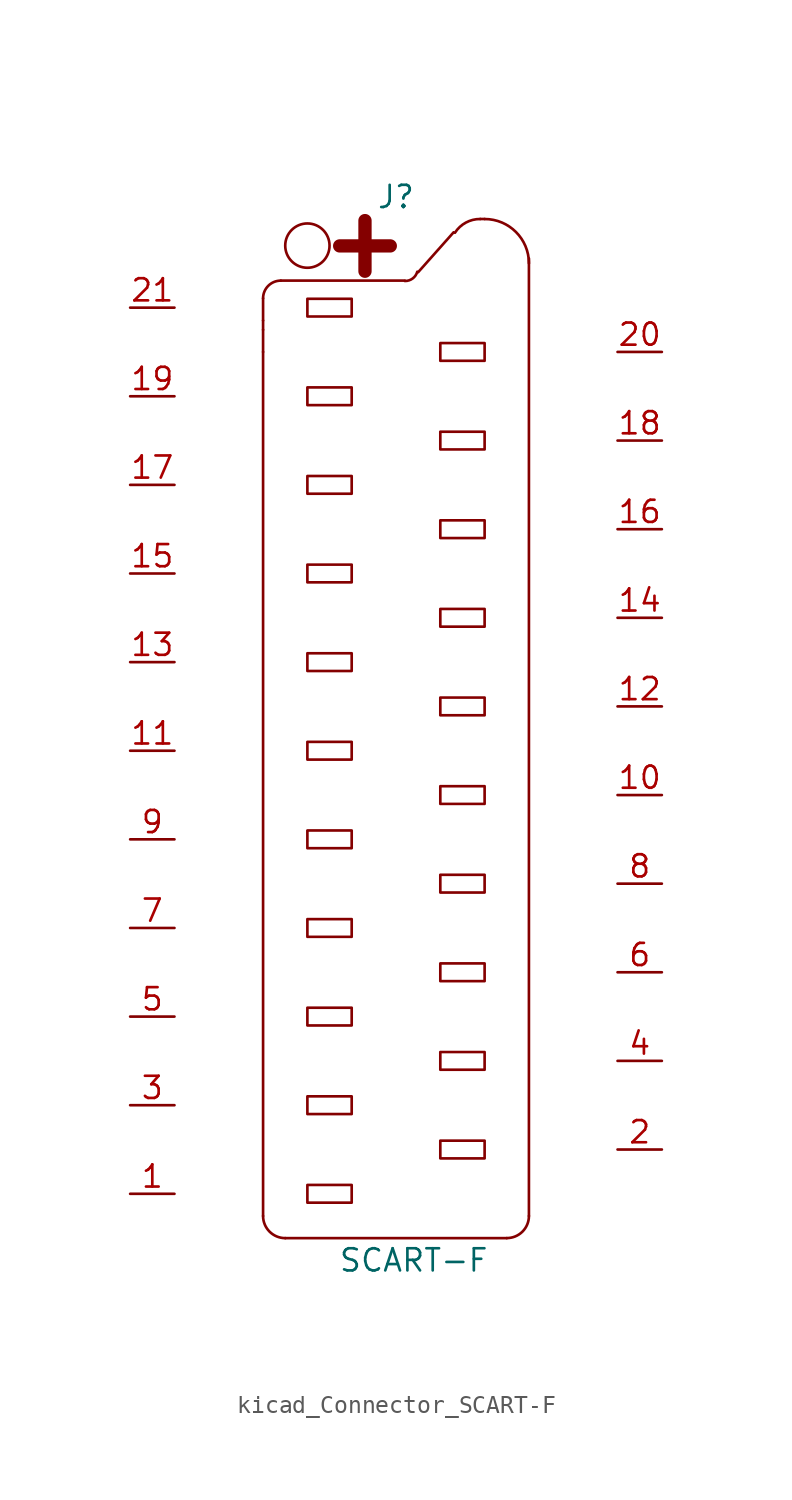
<source format=kicad_sym>
(kicad_symbol_lib
  (version 20220914)
  (generator kicad_symbol_editor)
  (symbol "kicad_Connector_SCART-F"
    (pin_names
      (offset 0.762) hide)
    (property "Reference" "J"
      (at 0 31.75 0)
      (effects (font (size 1.27 1.27))))
    (property "Value" "SCART-F"
      (at 1.016 -29.21 0)
      (effects (font (size 1.27 1.27))))
    (symbol "kicad_Connector_SCART-F_0_1"
      (arc (start -7.62 -26.67) (mid -7.248 -27.568) (end -6.35 -27.94) (stroke (width 0) (type default)) (fill (type none)))
      (arc (start -6.604 26.9494) (mid -7.3224 26.6518) (end -7.62 25.9334) (stroke (width 0) (type default)) (fill (type none)))
      (rectangle (start -5.08 -24.892) (end -2.54 -25.908) (stroke (width 0) (type default)) (fill (type none)))
      (rectangle (start -5.08 -19.812) (end -2.54 -20.828) (stroke (width 0) (type default)) (fill (type none)))
      (rectangle (start -5.08 -14.732) (end -2.54 -15.748) (stroke (width 0) (type default)) (fill (type none)))
      (rectangle (start -5.08 -9.652) (end -2.54 -10.668) (stroke (width 0) (type default)) (fill (type none)))
      (rectangle (start -5.08 -4.572) (end -2.54 -5.588) (stroke (width 0) (type default)) (fill (type none)))
      (rectangle (start -5.08 0.508) (end -2.54 -0.508) (stroke (width 0) (type default)) (fill (type none)))
      (rectangle (start -5.08 5.588) (end -2.54 4.572) (stroke (width 0) (type default)) (fill (type none)))
      (rectangle (start -5.08 10.668) (end -2.54 9.652) (stroke (width 0) (type default)) (fill (type none)))
      (rectangle (start -5.08 15.748) (end -2.54 14.732) (stroke (width 0) (type default)) (fill (type none)))
      (rectangle (start -5.08 20.828) (end -2.54 19.812) (stroke (width 0) (type default)) (fill (type none)))
      (rectangle (start -5.08 25.908) (end -2.54 24.892) (stroke (width 0) (type default)) (fill (type none)))
      (circle (center -5.08 28.956) (radius 1.27) (stroke (width 0) (type default)) (fill (type none)))
      (polyline (pts (xy -7.62 22.86) (xy -7.62 -26.67)) (stroke (width 0) (type default)) (fill (type none)))
      (polyline (pts (xy -7.62 22.86) (xy -7.62 24.13)) (stroke (width 0) (type default)) (fill (type none)))
      (polyline (pts (xy -7.62 24.663) (xy -7.62 24.13)) (stroke (width 0) (type default)) (fill (type none)))
      (polyline (pts (xy -7.62 24.663) (xy -7.62 25.933)) (stroke (width 0) (type default)) (fill (type none)))
      (polyline (pts (xy -6.604 26.949) (xy 0.508 26.949)) (stroke (width 0) (type default)) (fill (type none)))
      (polyline (pts (xy -6.35 -27.94) (xy 6.35 -27.94)) (stroke (width 0) (type default)) (fill (type none)))
      (polyline (pts (xy 3.302 29.718) (xy 1.27 27.432)) (stroke (width 0) (type default)) (fill (type none)))
      (polyline (pts (xy 4.826 30.48) (xy 5.08 30.48)) (stroke (width 0) (type default)) (fill (type none)))
      (polyline (pts (xy 7.62 -26.67) (xy 7.62 28.219)) (stroke (width 0) (type default)) (fill (type none)))
      (arc (start 0.508 26.924) (mid 0.9569 27.0702) (end 1.2192 27.4574) (stroke (width 0) (type default)) (fill (type none)))
      (rectangle (start 2.54 -22.352) (end 5.08 -23.368) (stroke (width 0) (type default)) (fill (type none)))
      (rectangle (start 2.54 -17.272) (end 5.08 -18.288) (stroke (width 0) (type default)) (fill (type none)))
      (rectangle (start 2.54 -12.192) (end 5.08 -13.208) (stroke (width 0) (type default)) (fill (type none)))
      (rectangle (start 2.54 -7.112) (end 5.08 -8.128) (stroke (width 0) (type default)) (fill (type none)))
      (rectangle (start 2.54 -2.032) (end 5.08 -3.048) (stroke (width 0) (type default)) (fill (type none)))
      (rectangle (start 2.54 3.048) (end 5.08 2.032) (stroke (width 0) (type default)) (fill (type none)))
      (rectangle (start 2.54 8.128) (end 5.08 7.112) (stroke (width 0) (type default)) (fill (type none)))
      (rectangle (start 2.54 13.208) (end 5.08 12.192) (stroke (width 0) (type default)) (fill (type none)))
      (rectangle (start 2.54 18.288) (end 5.08 17.272) (stroke (width 0) (type default)) (fill (type none)))
      (rectangle (start 2.54 23.368) (end 5.08 22.352) (stroke (width 0) (type default)) (fill (type none)))
      (arc (start 4.826 30.48) (mid 3.999 30.2726) (end 3.3782 29.6926) (stroke (width 0) (type default)) (fill (type none)))
      (arc (start 6.35 -27.94) (mid 7.248 -27.568) (end 7.62 -26.67) (stroke (width 0) (type default)) (fill (type none)))
      (arc (start 7.62 27.94) (mid 6.8761 29.7361) (end 5.08 30.48) (stroke (width 0) (type default)) (fill (type none)))
      (text "+" (at -1.778 29.21 0) (effects (font (size 3.81 3.81) bold))))
    (symbol "kicad_Connector_SCART-F_1_1"
      (pin passive line (at -15.24 -25.4 0) (length 2.54) (name "P1" (effects (font (size 1.27 1.27)))) (number "1" (effects (font (size 1.27 1.27)))))
      (pin passive line (at 15.24 -2.54 180) (length 2.54) (name "P10" (effects (font (size 1.27 1.27)))) (number "10" (effects (font (size 1.27 1.27)))))
      (pin passive line (at -15.24 0 0) (length 2.54) (name "P11" (effects (font (size 1.27 1.27)))) (number "11" (effects (font (size 1.27 1.27)))))
      (pin passive line (at 15.24 2.54 180) (length 2.54) (name "P12" (effects (font (size 1.27 1.27)))) (number "12" (effects (font (size 1.27 1.27)))))
      (pin passive line (at -15.24 5.08 0) (length 2.54) (name "P13" (effects (font (size 1.27 1.27)))) (number "13" (effects (font (size 1.27 1.27)))))
      (pin passive line (at 15.24 7.62 180) (length 2.54) (name "P14" (effects (font (size 1.27 1.27)))) (number "14" (effects (font (size 1.27 1.27)))))
      (pin passive line (at -15.24 10.16 0) (length 2.54) (name "P15" (effects (font (size 1.27 1.27)))) (number "15" (effects (font (size 1.27 1.27)))))
      (pin passive line (at 15.24 12.7 180) (length 2.54) (name "P16" (effects (font (size 1.27 1.27)))) (number "16" (effects (font (size 1.27 1.27)))))
      (pin passive line (at -15.24 15.24 0) (length 2.54) (name "P17" (effects (font (size 1.27 1.27)))) (number "17" (effects (font (size 1.27 1.27)))))
      (pin passive line (at 15.24 17.78 180) (length 2.54) (name "P18" (effects (font (size 1.27 1.27)))) (number "18" (effects (font (size 1.27 1.27)))))
      (pin passive line (at -15.24 20.32 0) (length 2.54) (name "P19" (effects (font (size 1.27 1.27)))) (number "19" (effects (font (size 1.27 1.27)))))
      (pin passive line (at 15.24 -22.86 180) (length 2.54) (name "P2" (effects (font (size 1.27 1.27)))) (number "2" (effects (font (size 1.27 1.27)))))
      (pin passive line (at 15.24 22.86 180) (length 2.54) (name "P20" (effects (font (size 1.27 1.27)))) (number "20" (effects (font (size 1.27 1.27)))))
      (pin passive line (at -15.24 25.4 0) (length 2.54) (name "P21" (effects (font (size 1.27 1.27)))) (number "21" (effects (font (size 1.27 1.27)))))
      (pin passive line (at -15.24 -20.32 0) (length 2.54) (name "P3" (effects (font (size 1.27 1.27)))) (number "3" (effects (font (size 1.27 1.27)))))
      (pin passive line (at 15.24 -17.78 180) (length 2.54) (name "P4" (effects (font (size 1.27 1.27)))) (number "4" (effects (font (size 1.27 1.27)))))
      (pin passive line (at -15.24 -15.24 0) (length 2.54) (name "P5" (effects (font (size 1.27 1.27)))) (number "5" (effects (font (size 1.27 1.27)))))
      (pin passive line (at 15.24 -12.7 180) (length 2.54) (name "P6" (effects (font (size 1.27 1.27)))) (number "6" (effects (font (size 1.27 1.27)))))
      (pin passive line (at -15.24 -10.16 0) (length 2.54) (name "P7" (effects (font (size 1.27 1.27)))) (number "7" (effects (font (size 1.27 1.27)))))
      (pin passive line (at 15.24 -7.62 180) (length 2.54) (name "P8" (effects (font (size 1.27 1.27)))) (number "8" (effects (font (size 1.27 1.27)))))
      (pin passive line (at -15.24 -5.08 0) (length 2.54) (name "P9" (effects (font (size 1.27 1.27)))) (number "9" (effects (font (size 1.27 1.27))))))))
</source>
